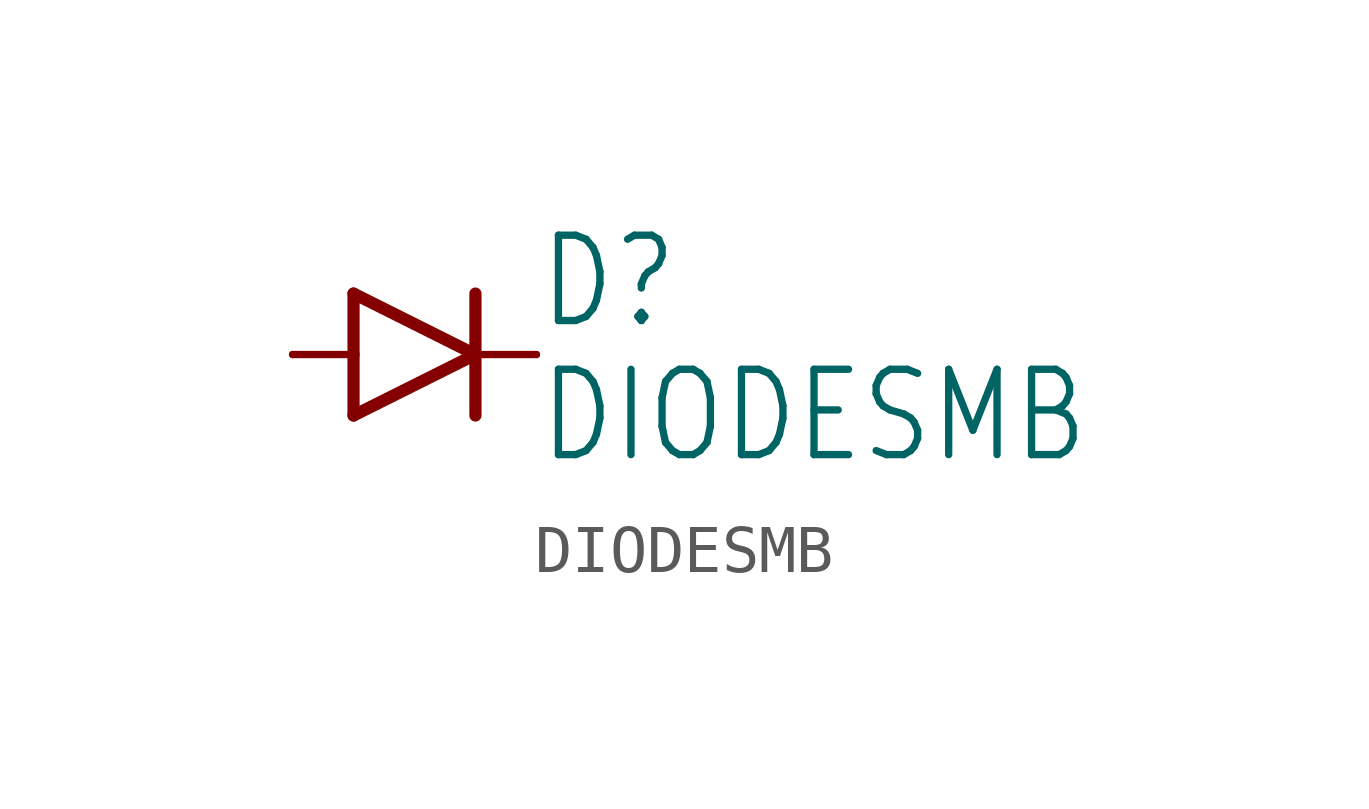
<source format=kicad_sym>
(kicad_symbol_lib
  (version 20220914)
  (generator kicad_symbol_editor)
  (symbol "DIODESMB"
    (property "Reference" "D"
      (at 2.54 0.483 0)
      (effects (font (size 1.778 1.511)) (justify left bottom)))
    (property "Value" "DIODESMB"
      (at 2.54 -2.311 0)
      (effects (font (size 1.778 1.511)) (justify left bottom)))
    (property "ki_locked" ""
      (at 0 0 0)
      (effects (font (size 1.27 1.27))))
    (symbol "DIODESMB_1_0"
      (polyline (pts (xy -2.54 0) (xy -1.27 0)) (stroke (width 0.152) (type default)) (fill (type none)))
      (polyline (pts (xy -1.27 -1.27) (xy 1.27 0)) (stroke (width 0.254) (type default)) (fill (type none)))
      (polyline (pts (xy -1.27 0) (xy -1.27 -1.27)) (stroke (width 0.254) (type default)) (fill (type none)))
      (polyline (pts (xy -1.27 1.27) (xy -1.27 0)) (stroke (width 0.254) (type default)) (fill (type none)))
      (polyline (pts (xy 1.27 0) (xy -1.27 1.27)) (stroke (width 0.254) (type default)) (fill (type none)))
      (polyline (pts (xy 1.27 0) (xy 1.27 -1.27)) (stroke (width 0.254) (type default)) (fill (type none)))
      (polyline (pts (xy 1.27 1.27) (xy 1.27 0)) (stroke (width 0.254) (type default)) (fill (type none)))
      (polyline (pts (xy 2.54 0) (xy 1.27 0)) (stroke (width 0.152) (type default)) (fill (type none)))
      (pin passive line (at -2.54 0 0) (length 0) (name "A" (effects (font (size 0 0)))) (number "A" (effects (font (size 0 0)))))
      (pin passive line (at 2.54 0 180) (length 0) (name "C" (effects (font (size 0 0)))) (number "C" (effects (font (size 0 0))))))))
</source>
